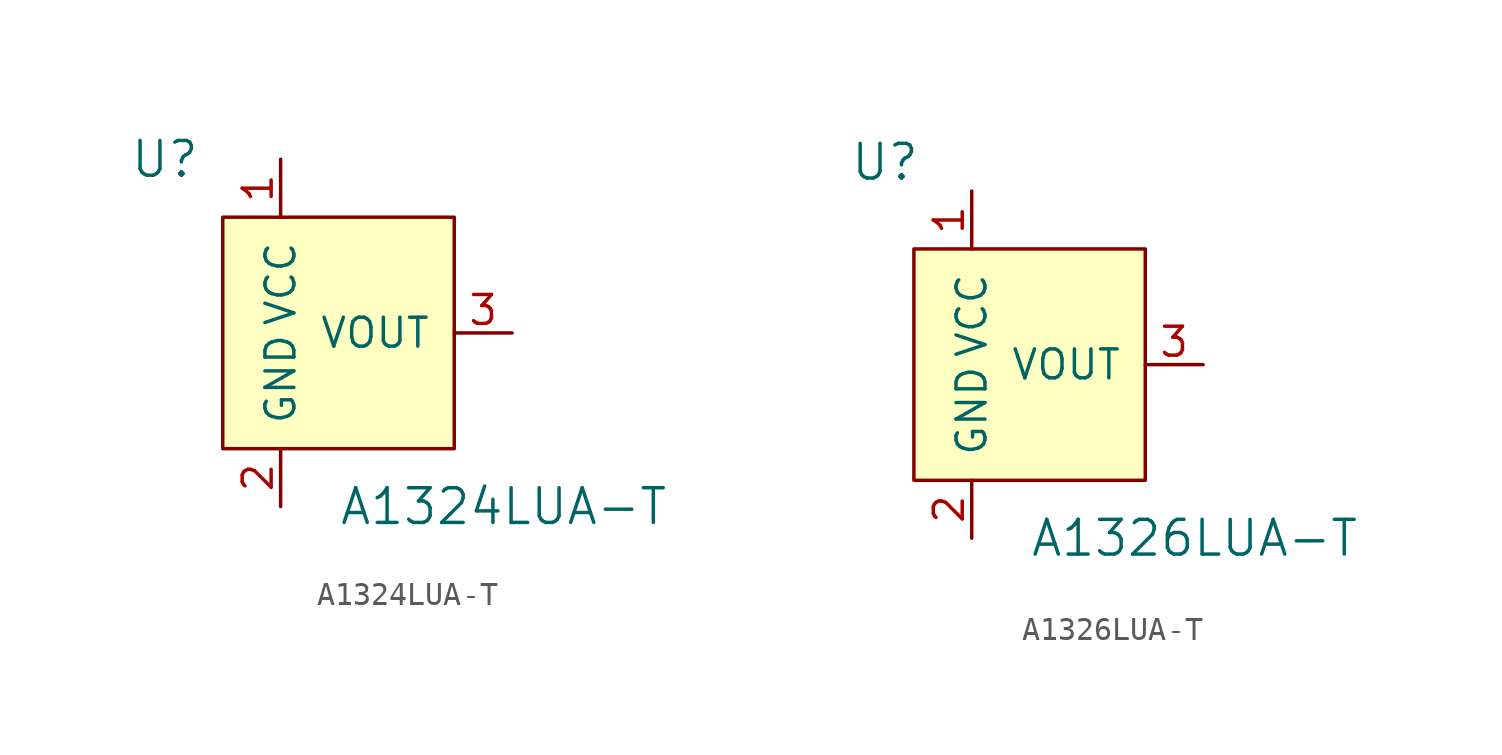
<source format=kicad_sym>
(kicad_symbol_lib
  (version 20211014)
  (generator kicad_symbol_editor)
  (symbol "A1324LUA-T"
    (pin_names
      (offset 1.016))
    (property "Reference" "U"
      (at -5.08 7.62 0)
      (effects (font (size 1.524 1.524))))
    (property "Value" "A1324LUA-T"
      (at 2.54 -7.62 0)
      (effects (font (size 1.524 1.524)) (justify left)))
    (symbol "A1324LUA-T_0_1"
      (rectangle (start 7.62 5.08) (end -2.54 -5.08) (stroke (width 0) (type default) (color 0 0 0 0)) (fill (type background))))
    (symbol "A1324LUA-T_1_1"
      (pin power_in line (at 0 7.62 270) (length 2.54) (name "VCC" (effects (font (size 1.27 1.27)))) (number "1" (effects (font (size 1.27 1.27)))))
      (pin power_in line (at 0 -7.62 90) (length 2.54) (name "GND" (effects (font (size 1.27 1.27)))) (number "2" (effects (font (size 1.27 1.27)))))
      (pin output line (at 10.16 0 180) (length 2.54) (name "VOUT" (effects (font (size 1.27 1.27)))) (number "3" (effects (font (size 1.27 1.27)))))))
  (symbol "A1326LUA-T"
    (pin_names
      (offset 1.016))
    (property "Reference" "U"
      (at -3.81 8.89 0)
      (effects (font (size 1.524 1.524))))
    (property "Value" "A1326LUA-T"
      (at 2.54 -7.62 0)
      (effects (font (size 1.524 1.524)) (justify left)))
    (symbol "A1326LUA-T_0_1"
      (rectangle (start 7.62 5.08) (end -2.54 -5.08) (stroke (width 0) (type default) (color 0 0 0 0)) (fill (type background))))
    (symbol "A1326LUA-T_1_1"
      (pin power_in line (at 0 7.62 270) (length 2.54) (name "VCC" (effects (font (size 1.27 1.27)))) (number "1" (effects (font (size 1.27 1.27)))))
      (pin power_in line (at 0 -7.62 90) (length 2.54) (name "GND" (effects (font (size 1.27 1.27)))) (number "2" (effects (font (size 1.27 1.27)))))
      (pin output line (at 10.16 0 180) (length 2.54) (name "VOUT" (effects (font (size 1.27 1.27)))) (number "3" (effects (font (size 1.27 1.27))))))))
</source>
